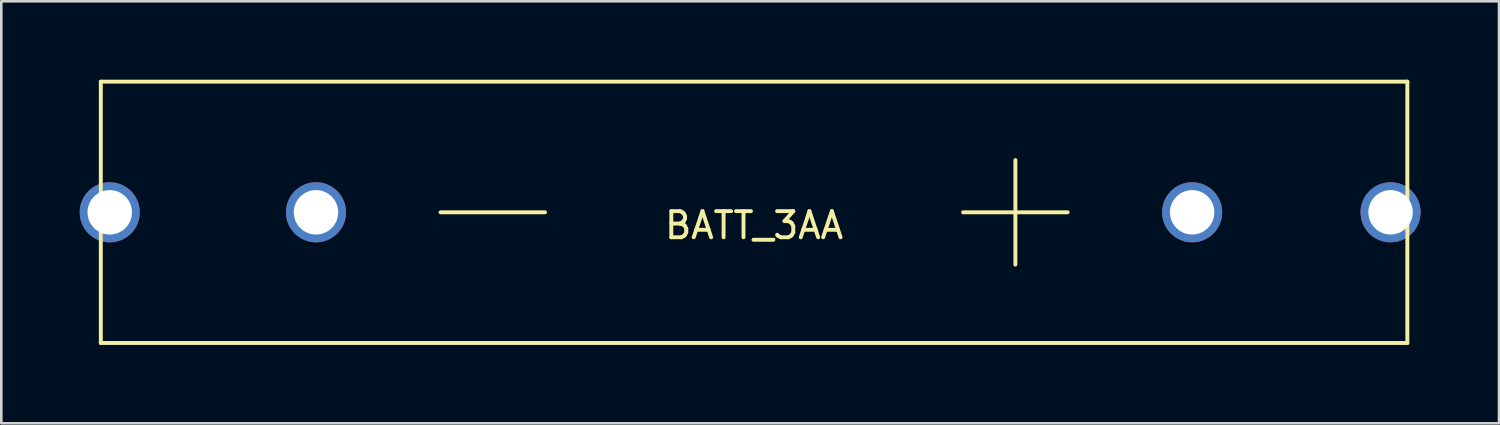
<source format=kicad_pcb>
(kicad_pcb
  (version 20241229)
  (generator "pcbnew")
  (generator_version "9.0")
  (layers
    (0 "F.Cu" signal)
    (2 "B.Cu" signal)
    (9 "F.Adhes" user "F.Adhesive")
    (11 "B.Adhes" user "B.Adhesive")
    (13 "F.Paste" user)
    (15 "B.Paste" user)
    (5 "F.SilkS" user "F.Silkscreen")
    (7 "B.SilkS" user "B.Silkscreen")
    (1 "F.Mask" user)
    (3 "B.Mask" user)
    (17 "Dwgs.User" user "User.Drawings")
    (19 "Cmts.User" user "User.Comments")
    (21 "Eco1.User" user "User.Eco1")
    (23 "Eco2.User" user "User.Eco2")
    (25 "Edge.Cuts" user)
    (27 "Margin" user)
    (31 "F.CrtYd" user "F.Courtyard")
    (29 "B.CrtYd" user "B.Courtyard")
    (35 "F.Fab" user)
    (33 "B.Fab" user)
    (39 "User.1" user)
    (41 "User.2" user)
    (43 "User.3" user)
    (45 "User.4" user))
  (footprint "BATT_3AA"
    (layer "F.Cu")
    (at 25.808 5.075)
    (property "Reference" "BATT_3AA" (at 0 0.5 0) (layer "F.SilkS") (effects (font (size 1 1) (thickness 0.15))))
    (attr through_hole)
    (fp_line (start -25 -5) (end -25 5) (stroke (width 0.15) (type solid)) (layer "F.SilkS"))
    (fp_line (start -25 5) (end 25 5) (stroke (width 0.15) (type solid)) (layer "F.SilkS"))
    (fp_line (start -12 0) (end -8 0) (stroke (width 0.15) (type solid)) (layer "F.SilkS"))
    (fp_line (start 8 0) (end 12 0) (stroke (width 0.15) (type solid)) (layer "F.SilkS"))
    (fp_line (start 10 -2) (end 10 2) (stroke (width 0.15) (type solid)) (layer "F.SilkS"))
    (fp_line (start 25 -5) (end -25 -5) (stroke (width 0.15) (type solid)) (layer "F.SilkS"))
    (fp_line (start 25 5) (end 25 -5) (stroke (width 0.15) (type solid)) (layer "F.SilkS"))
    (pad "1" thru_hole circle (at 16.765 0) (size 2.3 2.3) (drill 1.7) (layers "*.Cu" "*.Mask"))
    (pad "2" thru_hole circle (at -16.765 0) (size 2.3 2.3) (drill 1.7) (layers "*.Cu" "*.Mask"))
    (pad "3" thru_hole circle (at 24.358 0) (size 2.3 2.3) (drill 1.7) (layers "*.Cu" "*.Mask"))
    (pad "4" thru_hole circle (at -24.658 0) (size 2.3 2.3) (drill 1.7) (layers "*.Cu" "*.Mask")))
  (gr_rect
    (start -3 -3)
    (end 54.316 13.15)
    (stroke (width 0.1) (type default))
    (fill no)
    (layer "Edge.Cuts")))
</source>
